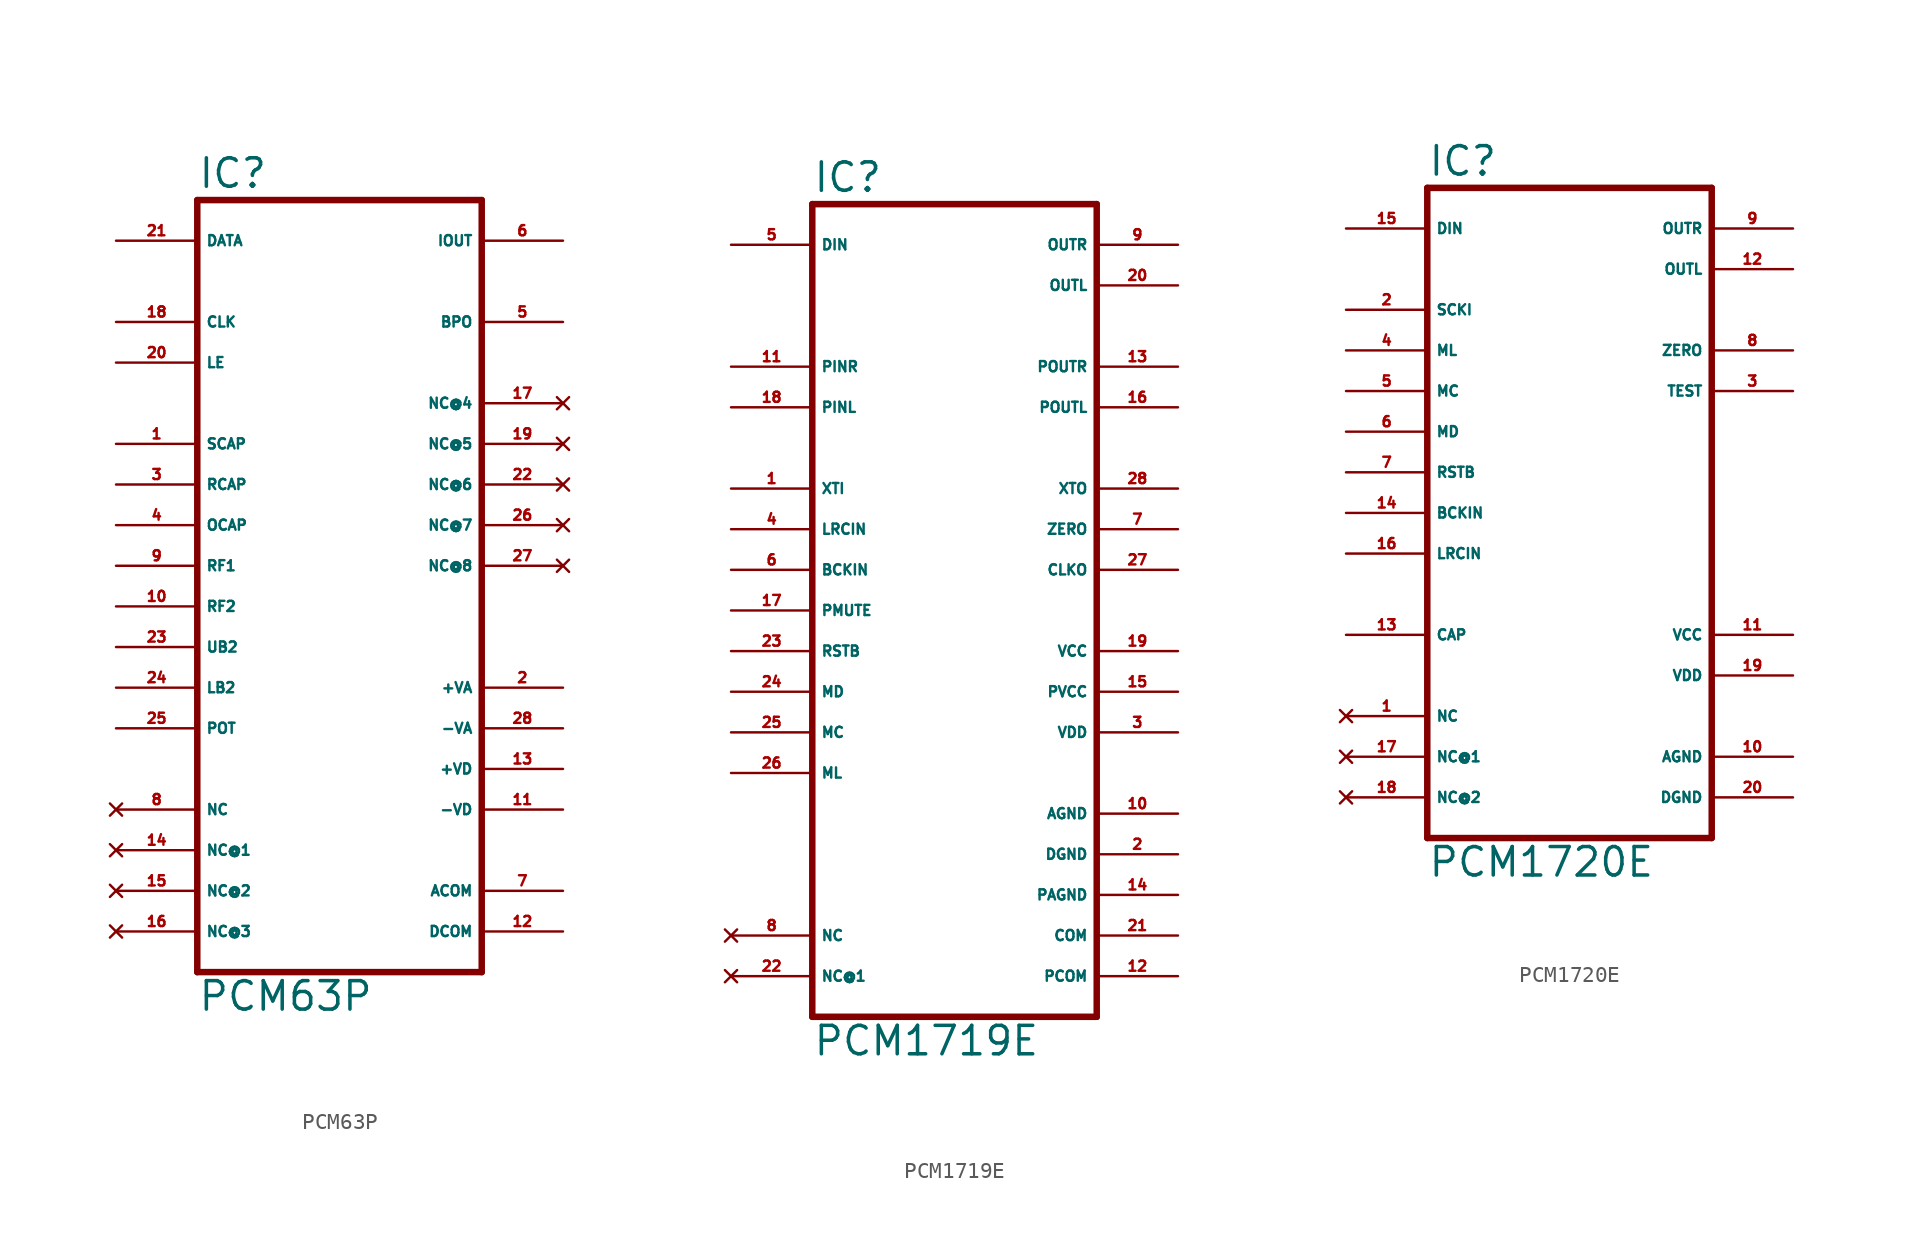
<source format=kicad_sym>
(kicad_symbol_lib
  (version 20220914)
  (generator Eagle2Kicad)
  (symbol "PCM63P"
    (property "Reference" "IC"
      (at -12.7 18.415 0)
      (effects (font (size 1.778 1.778) (thickness 0.22)) (justify left bottom)))
    (property "Value" "PCM63P"
      (at -12.7 -33.02 0)
      (effects (font (size 1.778 1.778) (thickness 0.22)) (justify left bottom)))
    (polyline
      (pts (xy -12.7 -30.48) (xy 5.08 -30.48))
      (stroke (width 0.406) (type default))
      (fill (type none)))
    (polyline
      (pts (xy 5.08 -30.48) (xy 5.08 17.78))
      (stroke (width 0.406) (type default))
      (fill (type none)))
    (polyline
      (pts (xy 5.08 17.78) (xy -12.7 17.78))
      (stroke (width 0.406) (type default))
      (fill (type none)))
    (polyline
      (pts (xy -12.7 17.78) (xy -12.7 -30.48))
      (stroke (width 0.406) (type default))
      (fill (type none)))
    (pin input line
      (at -17.78 15.24 0)
      (length 5.08)
      (name "DATA" (effects (font (size 0.635 0.635) (thickness 0.08)) (justify left bottom)))
      (number "21" (effects (font (size 0.635 0.635) (thickness 0.08)) (justify left bottom))))
    (pin input line
      (at -17.78 10.16 0)
      (length 5.08)
      (name "CLK" (effects (font (size 0.635 0.635) (thickness 0.08)) (justify left bottom)))
      (number "18" (effects (font (size 0.635 0.635) (thickness 0.08)) (justify left bottom))))
    (pin input line
      (at -17.78 7.62 0)
      (length 5.08)
      (name "LE" (effects (font (size 0.635 0.635) (thickness 0.08)) (justify left bottom)))
      (number "20" (effects (font (size 0.635 0.635) (thickness 0.08)) (justify left bottom))))
    (pin no_connect line
      (at 10.16 5.08 180)
      (length 5.08)
      (name "NC@4" (effects (font (size 0.635 0.635) (thickness 0.08)) (justify left bottom) hide))
      (number "17" (effects (font (size 0.635 0.635) (thickness 0.08)) (justify left bottom) hide)))
    (pin output line
      (at 10.16 10.16 180)
      (length 5.08)
      (name "BPO" (effects (font (size 0.635 0.635) (thickness 0.08)) (justify left bottom)))
      (number "5" (effects (font (size 0.635 0.635) (thickness 0.08)) (justify left bottom))))
    (pin output line
      (at 10.16 15.24 180)
      (length 5.08)
      (name "IOUT" (effects (font (size 0.635 0.635) (thickness 0.08)) (justify left bottom)))
      (number "6" (effects (font (size 0.635 0.635) (thickness 0.08)) (justify left bottom))))
    (pin no_connect line
      (at 10.16 2.54 180)
      (length 5.08)
      (name "NC@5" (effects (font (size 0.635 0.635) (thickness 0.08)) (justify left bottom) hide))
      (number "19" (effects (font (size 0.635 0.635) (thickness 0.08)) (justify left bottom) hide)))
    (pin no_connect line
      (at 10.16 0 180)
      (length 5.08)
      (name "NC@6" (effects (font (size 0.635 0.635) (thickness 0.08)) (justify left bottom) hide))
      (number "22" (effects (font (size 0.635 0.635) (thickness 0.08)) (justify left bottom) hide)))
    (pin no_connect line
      (at 10.16 -2.54 180)
      (length 5.08)
      (name "NC@7" (effects (font (size 0.635 0.635) (thickness 0.08)) (justify left bottom) hide))
      (number "26" (effects (font (size 0.635 0.635) (thickness 0.08)) (justify left bottom) hide)))
    (pin no_connect line
      (at 10.16 -5.08 180)
      (length 5.08)
      (name "NC@8" (effects (font (size 0.635 0.635) (thickness 0.08)) (justify left bottom) hide))
      (number "27" (effects (font (size 0.635 0.635) (thickness 0.08)) (justify left bottom) hide)))
    (pin no_connect line
      (at -17.78 -27.94 0)
      (length 5.08)
      (name "NC@3" (effects (font (size 0.635 0.635) (thickness 0.08)) (justify left bottom) hide))
      (number "16" (effects (font (size 0.635 0.635) (thickness 0.08)) (justify left bottom) hide)))
    (pin no_connect line
      (at -17.78 -25.4 0)
      (length 5.08)
      (name "NC@2" (effects (font (size 0.635 0.635) (thickness 0.08)) (justify left bottom) hide))
      (number "15" (effects (font (size 0.635 0.635) (thickness 0.08)) (justify left bottom) hide)))
    (pin no_connect line
      (at -17.78 -22.86 0)
      (length 5.08)
      (name "NC@1" (effects (font (size 0.635 0.635) (thickness 0.08)) (justify left bottom) hide))
      (number "14" (effects (font (size 0.635 0.635) (thickness 0.08)) (justify left bottom) hide)))
    (pin no_connect line
      (at -17.78 -20.32 0)
      (length 5.08)
      (name "NC" (effects (font (size 0.635 0.635) (thickness 0.08)) (justify left bottom) hide))
      (number "8" (effects (font (size 0.635 0.635) (thickness 0.08)) (justify left bottom) hide)))
    (pin passive line
      (at -17.78 2.54 0)
      (length 5.08)
      (name "SCAP" (effects (font (size 0.635 0.635) (thickness 0.08)) (justify left bottom)))
      (number "1" (effects (font (size 0.635 0.635) (thickness 0.08)) (justify left bottom))))
    (pin passive line
      (at -17.78 0 0)
      (length 5.08)
      (name "RCAP" (effects (font (size 0.635 0.635) (thickness 0.08)) (justify left bottom)))
      (number "3" (effects (font (size 0.635 0.635) (thickness 0.08)) (justify left bottom))))
    (pin passive line
      (at -17.78 -2.54 0)
      (length 5.08)
      (name "OCAP" (effects (font (size 0.635 0.635) (thickness 0.08)) (justify left bottom)))
      (number "4" (effects (font (size 0.635 0.635) (thickness 0.08)) (justify left bottom))))
    (pin passive line
      (at -17.78 -5.08 0)
      (length 5.08)
      (name "RF1" (effects (font (size 0.635 0.635) (thickness 0.08)) (justify left bottom)))
      (number "9" (effects (font (size 0.635 0.635) (thickness 0.08)) (justify left bottom))))
    (pin passive line
      (at -17.78 -7.62 0)
      (length 5.08)
      (name "RF2" (effects (font (size 0.635 0.635) (thickness 0.08)) (justify left bottom)))
      (number "10" (effects (font (size 0.635 0.635) (thickness 0.08)) (justify left bottom))))
    (pin passive line
      (at -17.78 -10.16 0)
      (length 5.08)
      (name "UB2" (effects (font (size 0.635 0.635) (thickness 0.08)) (justify left bottom)))
      (number "23" (effects (font (size 0.635 0.635) (thickness 0.08)) (justify left bottom))))
    (pin passive line
      (at -17.78 -12.7 0)
      (length 5.08)
      (name "LB2" (effects (font (size 0.635 0.635) (thickness 0.08)) (justify left bottom)))
      (number "24" (effects (font (size 0.635 0.635) (thickness 0.08)) (justify left bottom))))
    (pin passive line
      (at -17.78 -15.24 0)
      (length 5.08)
      (name "POT" (effects (font (size 0.635 0.635) (thickness 0.08)) (justify left bottom)))
      (number "25" (effects (font (size 0.635 0.635) (thickness 0.08)) (justify left bottom))))
    (pin unspecified line
      (at 10.16 -25.4 180)
      (length 5.08)
      (name "ACOM" (effects (font (size 0.635 0.635) (thickness 0.08)) (justify left bottom)))
      (number "7" (effects (font (size 0.635 0.635) (thickness 0.08)) (justify left bottom))))
    (pin unspecified line
      (at 10.16 -20.32 180)
      (length 5.08)
      (name "-VD" (effects (font (size 0.635 0.635) (thickness 0.08)) (justify left bottom)))
      (number "11" (effects (font (size 0.635 0.635) (thickness 0.08)) (justify left bottom))))
    (pin unspecified line
      (at 10.16 -17.78 180)
      (length 5.08)
      (name "+VD" (effects (font (size 0.635 0.635) (thickness 0.08)) (justify left bottom)))
      (number "13" (effects (font (size 0.635 0.635) (thickness 0.08)) (justify left bottom))))
    (pin unspecified line
      (at 10.16 -15.24 180)
      (length 5.08)
      (name "-VA" (effects (font (size 0.635 0.635) (thickness 0.08)) (justify left bottom)))
      (number "28" (effects (font (size 0.635 0.635) (thickness 0.08)) (justify left bottom))))
    (pin unspecified line
      (at 10.16 -12.7 180)
      (length 5.08)
      (name "+VA" (effects (font (size 0.635 0.635) (thickness 0.08)) (justify left bottom)))
      (number "2" (effects (font (size 0.635 0.635) (thickness 0.08)) (justify left bottom))))
    (pin unspecified line
      (at 10.16 -27.94 180)
      (length 5.08)
      (name "DCOM" (effects (font (size 0.635 0.635) (thickness 0.08)) (justify left bottom)))
      (number "12" (effects (font (size 0.635 0.635) (thickness 0.08)) (justify left bottom)))))
  (symbol "PCM1719E"
    (property "Reference" "IC"
      (at -12.7 23.495 0)
      (effects (font (size 1.778 1.778) (thickness 0.22)) (justify left bottom)))
    (property "Value" "PCM1719E"
      (at -12.7 -30.48 0)
      (effects (font (size 1.778 1.778) (thickness 0.22)) (justify left bottom)))
    (polyline
      (pts (xy -12.7 -27.94) (xy 5.08 -27.94))
      (stroke (width 0.406) (type default))
      (fill (type none)))
    (polyline
      (pts (xy 5.08 -27.94) (xy 5.08 22.86))
      (stroke (width 0.406) (type default))
      (fill (type none)))
    (polyline
      (pts (xy 5.08 22.86) (xy -12.7 22.86))
      (stroke (width 0.406) (type default))
      (fill (type none)))
    (polyline
      (pts (xy -12.7 22.86) (xy -12.7 -27.94))
      (stroke (width 0.406) (type default))
      (fill (type none)))
    (pin input line
      (at -17.78 20.32 0)
      (length 5.08)
      (name "DIN" (effects (font (size 0.635 0.635) (thickness 0.08)) (justify left bottom)))
      (number "5" (effects (font (size 0.635 0.635) (thickness 0.08)) (justify left bottom))))
    (pin input line
      (at -17.78 12.7 0)
      (length 5.08)
      (name "PINR" (effects (font (size 0.635 0.635) (thickness 0.08)) (justify left bottom)))
      (number "11" (effects (font (size 0.635 0.635) (thickness 0.08)) (justify left bottom))))
    (pin input line
      (at -17.78 10.16 0)
      (length 5.08)
      (name "PINL" (effects (font (size 0.635 0.635) (thickness 0.08)) (justify left bottom)))
      (number "18" (effects (font (size 0.635 0.635) (thickness 0.08)) (justify left bottom))))
    (pin input line
      (at -17.78 5.08 0)
      (length 5.08)
      (name "XTI" (effects (font (size 0.635 0.635) (thickness 0.08)) (justify left bottom)))
      (number "1" (effects (font (size 0.635 0.635) (thickness 0.08)) (justify left bottom))))
    (pin input line
      (at -17.78 2.54 0)
      (length 5.08)
      (name "LRCIN" (effects (font (size 0.635 0.635) (thickness 0.08)) (justify left bottom)))
      (number "4" (effects (font (size 0.635 0.635) (thickness 0.08)) (justify left bottom))))
    (pin input line
      (at -17.78 0 0)
      (length 5.08)
      (name "BCKIN" (effects (font (size 0.635 0.635) (thickness 0.08)) (justify left bottom)))
      (number "6" (effects (font (size 0.635 0.635) (thickness 0.08)) (justify left bottom))))
    (pin input line
      (at -17.78 -2.54 0)
      (length 5.08)
      (name "PMUTE" (effects (font (size 0.635 0.635) (thickness 0.08)) (justify left bottom)))
      (number "17" (effects (font (size 0.635 0.635) (thickness 0.08)) (justify left bottom))))
    (pin input line
      (at -17.78 -7.62 0)
      (length 5.08)
      (name "MD" (effects (font (size 0.635 0.635) (thickness 0.08)) (justify left bottom)))
      (number "24" (effects (font (size 0.635 0.635) (thickness 0.08)) (justify left bottom))))
    (pin input line
      (at -17.78 -10.16 0)
      (length 5.08)
      (name "MC" (effects (font (size 0.635 0.635) (thickness 0.08)) (justify left bottom)))
      (number "25" (effects (font (size 0.635 0.635) (thickness 0.08)) (justify left bottom))))
    (pin input line
      (at -17.78 -12.7 0)
      (length 5.08)
      (name "ML" (effects (font (size 0.635 0.635) (thickness 0.08)) (justify left bottom)))
      (number "26" (effects (font (size 0.635 0.635) (thickness 0.08)) (justify left bottom))))
    (pin output line
      (at 10.16 20.32 180)
      (length 5.08)
      (name "OUTR" (effects (font (size 0.635 0.635) (thickness 0.08)) (justify left bottom)))
      (number "9" (effects (font (size 0.635 0.635) (thickness 0.08)) (justify left bottom))))
    (pin output line
      (at 10.16 17.78 180)
      (length 5.08)
      (name "OUTL" (effects (font (size 0.635 0.635) (thickness 0.08)) (justify left bottom)))
      (number "20" (effects (font (size 0.635 0.635) (thickness 0.08)) (justify left bottom))))
    (pin output line
      (at 10.16 12.7 180)
      (length 5.08)
      (name "POUTR" (effects (font (size 0.635 0.635) (thickness 0.08)) (justify left bottom)))
      (number "13" (effects (font (size 0.635 0.635) (thickness 0.08)) (justify left bottom))))
    (pin output line
      (at 10.16 10.16 180)
      (length 5.08)
      (name "POUTL" (effects (font (size 0.635 0.635) (thickness 0.08)) (justify left bottom)))
      (number "16" (effects (font (size 0.635 0.635) (thickness 0.08)) (justify left bottom))))
    (pin output line
      (at 10.16 5.08 180)
      (length 5.08)
      (name "XTO" (effects (font (size 0.635 0.635) (thickness 0.08)) (justify left bottom)))
      (number "28" (effects (font (size 0.635 0.635) (thickness 0.08)) (justify left bottom))))
    (pin output line
      (at 10.16 2.54 180)
      (length 5.08)
      (name "ZERO" (effects (font (size 0.635 0.635) (thickness 0.08)) (justify left bottom)))
      (number "7" (effects (font (size 0.635 0.635) (thickness 0.08)) (justify left bottom))))
    (pin output line
      (at 10.16 0 180)
      (length 5.08)
      (name "CLKO" (effects (font (size 0.635 0.635) (thickness 0.08)) (justify left bottom)))
      (number "27" (effects (font (size 0.635 0.635) (thickness 0.08)) (justify left bottom))))
    (pin unspecified line
      (at 10.16 -5.08 180)
      (length 5.08)
      (name "VCC" (effects (font (size 0.635 0.635) (thickness 0.08)) (justify left bottom)))
      (number "19" (effects (font (size 0.635 0.635) (thickness 0.08)) (justify left bottom))))
    (pin unspecified line
      (at 10.16 -7.62 180)
      (length 5.08)
      (name "PVCC" (effects (font (size 0.635 0.635) (thickness 0.08)) (justify left bottom)))
      (number "15" (effects (font (size 0.635 0.635) (thickness 0.08)) (justify left bottom))))
    (pin unspecified line
      (at 10.16 -10.16 180)
      (length 5.08)
      (name "VDD" (effects (font (size 0.635 0.635) (thickness 0.08)) (justify left bottom)))
      (number "3" (effects (font (size 0.635 0.635) (thickness 0.08)) (justify left bottom))))
    (pin unspecified line
      (at 10.16 -15.24 180)
      (length 5.08)
      (name "AGND" (effects (font (size 0.635 0.635) (thickness 0.08)) (justify left bottom)))
      (number "10" (effects (font (size 0.635 0.635) (thickness 0.08)) (justify left bottom))))
    (pin unspecified line
      (at 10.16 -17.78 180)
      (length 5.08)
      (name "DGND" (effects (font (size 0.635 0.635) (thickness 0.08)) (justify left bottom)))
      (number "2" (effects (font (size 0.635 0.635) (thickness 0.08)) (justify left bottom))))
    (pin unspecified line
      (at 10.16 -20.32 180)
      (length 5.08)
      (name "PAGND" (effects (font (size 0.635 0.635) (thickness 0.08)) (justify left bottom)))
      (number "14" (effects (font (size 0.635 0.635) (thickness 0.08)) (justify left bottom))))
    (pin unspecified line
      (at 10.16 -25.4 180)
      (length 5.08)
      (name "PCOM" (effects (font (size 0.635 0.635) (thickness 0.08)) (justify left bottom)))
      (number "12" (effects (font (size 0.635 0.635) (thickness 0.08)) (justify left bottom))))
    (pin no_connect line
      (at -17.78 -22.86 0)
      (length 5.08)
      (name "NC" (effects (font (size 0.635 0.635) (thickness 0.08)) (justify left bottom) hide))
      (number "8" (effects (font (size 0.635 0.635) (thickness 0.08)) (justify left bottom) hide)))
    (pin unspecified line
      (at 10.16 -22.86 180)
      (length 5.08)
      (name "COM" (effects (font (size 0.635 0.635) (thickness 0.08)) (justify left bottom)))
      (number "21" (effects (font (size 0.635 0.635) (thickness 0.08)) (justify left bottom))))
    (pin no_connect line
      (at -17.78 -25.4 0)
      (length 5.08)
      (name "NC@1" (effects (font (size 0.635 0.635) (thickness 0.08)) (justify left bottom) hide))
      (number "22" (effects (font (size 0.635 0.635) (thickness 0.08)) (justify left bottom) hide)))
    (pin input line
      (at -17.78 -5.08 0)
      (length 5.08)
      (name "RSTB" (effects (font (size 0.635 0.635) (thickness 0.08)) (justify left bottom)))
      (number "23" (effects (font (size 0.635 0.635) (thickness 0.08)) (justify left bottom)))))
  (symbol "PCM1720E"
    (property "Reference" "IC"
      (at -10.16 20.955 0)
      (effects (font (size 1.778 1.778) (thickness 0.22)) (justify left bottom)))
    (property "Value" "PCM1720E"
      (at -10.16 -22.86 0)
      (effects (font (size 1.778 1.778) (thickness 0.22)) (justify left bottom)))
    (polyline
      (pts (xy -10.16 -20.32) (xy 7.62 -20.32))
      (stroke (width 0.406) (type default))
      (fill (type none)))
    (polyline
      (pts (xy 7.62 -20.32) (xy 7.62 20.32))
      (stroke (width 0.406) (type default))
      (fill (type none)))
    (polyline
      (pts (xy 7.62 20.32) (xy -10.16 20.32))
      (stroke (width 0.406) (type default))
      (fill (type none)))
    (polyline
      (pts (xy -10.16 20.32) (xy -10.16 -20.32))
      (stroke (width 0.406) (type default))
      (fill (type none)))
    (pin input line
      (at -15.24 17.78 0)
      (length 5.08)
      (name "DIN" (effects (font (size 0.635 0.635) (thickness 0.08)) (justify left bottom)))
      (number "15" (effects (font (size 0.635 0.635) (thickness 0.08)) (justify left bottom))))
    (pin input line
      (at -15.24 12.7 0)
      (length 5.08)
      (name "SCKI" (effects (font (size 0.635 0.635) (thickness 0.08)) (justify left bottom)))
      (number "2" (effects (font (size 0.635 0.635) (thickness 0.08)) (justify left bottom))))
    (pin input line
      (at -15.24 10.16 0)
      (length 5.08)
      (name "ML" (effects (font (size 0.635 0.635) (thickness 0.08)) (justify left bottom)))
      (number "4" (effects (font (size 0.635 0.635) (thickness 0.08)) (justify left bottom))))
    (pin input line
      (at -15.24 7.62 0)
      (length 5.08)
      (name "MC" (effects (font (size 0.635 0.635) (thickness 0.08)) (justify left bottom)))
      (number "5" (effects (font (size 0.635 0.635) (thickness 0.08)) (justify left bottom))))
    (pin input line
      (at -15.24 5.08 0)
      (length 5.08)
      (name "MD" (effects (font (size 0.635 0.635) (thickness 0.08)) (justify left bottom)))
      (number "6" (effects (font (size 0.635 0.635) (thickness 0.08)) (justify left bottom))))
    (pin input line
      (at -15.24 2.54 0)
      (length 5.08)
      (name "RSTB" (effects (font (size 0.635 0.635) (thickness 0.08)) (justify left bottom)))
      (number "7" (effects (font (size 0.635 0.635) (thickness 0.08)) (justify left bottom))))
    (pin input line
      (at -15.24 0 0)
      (length 5.08)
      (name "BCKIN" (effects (font (size 0.635 0.635) (thickness 0.08)) (justify left bottom)))
      (number "14" (effects (font (size 0.635 0.635) (thickness 0.08)) (justify left bottom))))
    (pin input line
      (at -15.24 -2.54 0)
      (length 5.08)
      (name "LRCIN" (effects (font (size 0.635 0.635) (thickness 0.08)) (justify left bottom)))
      (number "16" (effects (font (size 0.635 0.635) (thickness 0.08)) (justify left bottom))))
    (pin no_connect line
      (at -15.24 -12.7 0)
      (length 5.08)
      (name "NC" (effects (font (size 0.635 0.635) (thickness 0.08)) (justify left bottom) hide))
      (number "1" (effects (font (size 0.635 0.635) (thickness 0.08)) (justify left bottom) hide)))
    (pin no_connect line
      (at -15.24 -15.24 0)
      (length 5.08)
      (name "NC@1" (effects (font (size 0.635 0.635) (thickness 0.08)) (justify left bottom) hide))
      (number "17" (effects (font (size 0.635 0.635) (thickness 0.08)) (justify left bottom) hide)))
    (pin no_connect line
      (at -15.24 -17.78 0)
      (length 5.08)
      (name "NC@2" (effects (font (size 0.635 0.635) (thickness 0.08)) (justify left bottom) hide))
      (number "18" (effects (font (size 0.635 0.635) (thickness 0.08)) (justify left bottom) hide)))
    (pin passive line
      (at -15.24 -7.62 0)
      (length 5.08)
      (name "CAP" (effects (font (size 0.635 0.635) (thickness 0.08)) (justify left bottom)))
      (number "13" (effects (font (size 0.635 0.635) (thickness 0.08)) (justify left bottom))))
    (pin output line
      (at 12.7 17.78 180)
      (length 5.08)
      (name "OUTR" (effects (font (size 0.635 0.635) (thickness 0.08)) (justify left bottom)))
      (number "9" (effects (font (size 0.635 0.635) (thickness 0.08)) (justify left bottom))))
    (pin output line
      (at 12.7 15.24 180)
      (length 5.08)
      (name "OUTL" (effects (font (size 0.635 0.635) (thickness 0.08)) (justify left bottom)))
      (number "12" (effects (font (size 0.635 0.635) (thickness 0.08)) (justify left bottom))))
    (pin output line
      (at 12.7 10.16 180)
      (length 5.08)
      (name "ZERO" (effects (font (size 0.635 0.635) (thickness 0.08)) (justify left bottom)))
      (number "8" (effects (font (size 0.635 0.635) (thickness 0.08)) (justify left bottom))))
    (pin output line
      (at 12.7 7.62 180)
      (length 5.08)
      (name "TEST" (effects (font (size 0.635 0.635) (thickness 0.08)) (justify left bottom)))
      (number "3" (effects (font (size 0.635 0.635) (thickness 0.08)) (justify left bottom))))
    (pin unspecified line
      (at 12.7 -7.62 180)
      (length 5.08)
      (name "VCC" (effects (font (size 0.635 0.635) (thickness 0.08)) (justify left bottom)))
      (number "11" (effects (font (size 0.635 0.635) (thickness 0.08)) (justify left bottom))))
    (pin unspecified line
      (at 12.7 -10.16 180)
      (length 5.08)
      (name "VDD" (effects (font (size 0.635 0.635) (thickness 0.08)) (justify left bottom)))
      (number "19" (effects (font (size 0.635 0.635) (thickness 0.08)) (justify left bottom))))
    (pin unspecified line
      (at 12.7 -15.24 180)
      (length 5.08)
      (name "AGND" (effects (font (size 0.635 0.635) (thickness 0.08)) (justify left bottom)))
      (number "10" (effects (font (size 0.635 0.635) (thickness 0.08)) (justify left bottom))))
    (pin unspecified line
      (at 12.7 -17.78 180)
      (length 5.08)
      (name "DGND" (effects (font (size 0.635 0.635) (thickness 0.08)) (justify left bottom)))
      (number "20" (effects (font (size 0.635 0.635) (thickness 0.08)) (justify left bottom))))))
</source>
